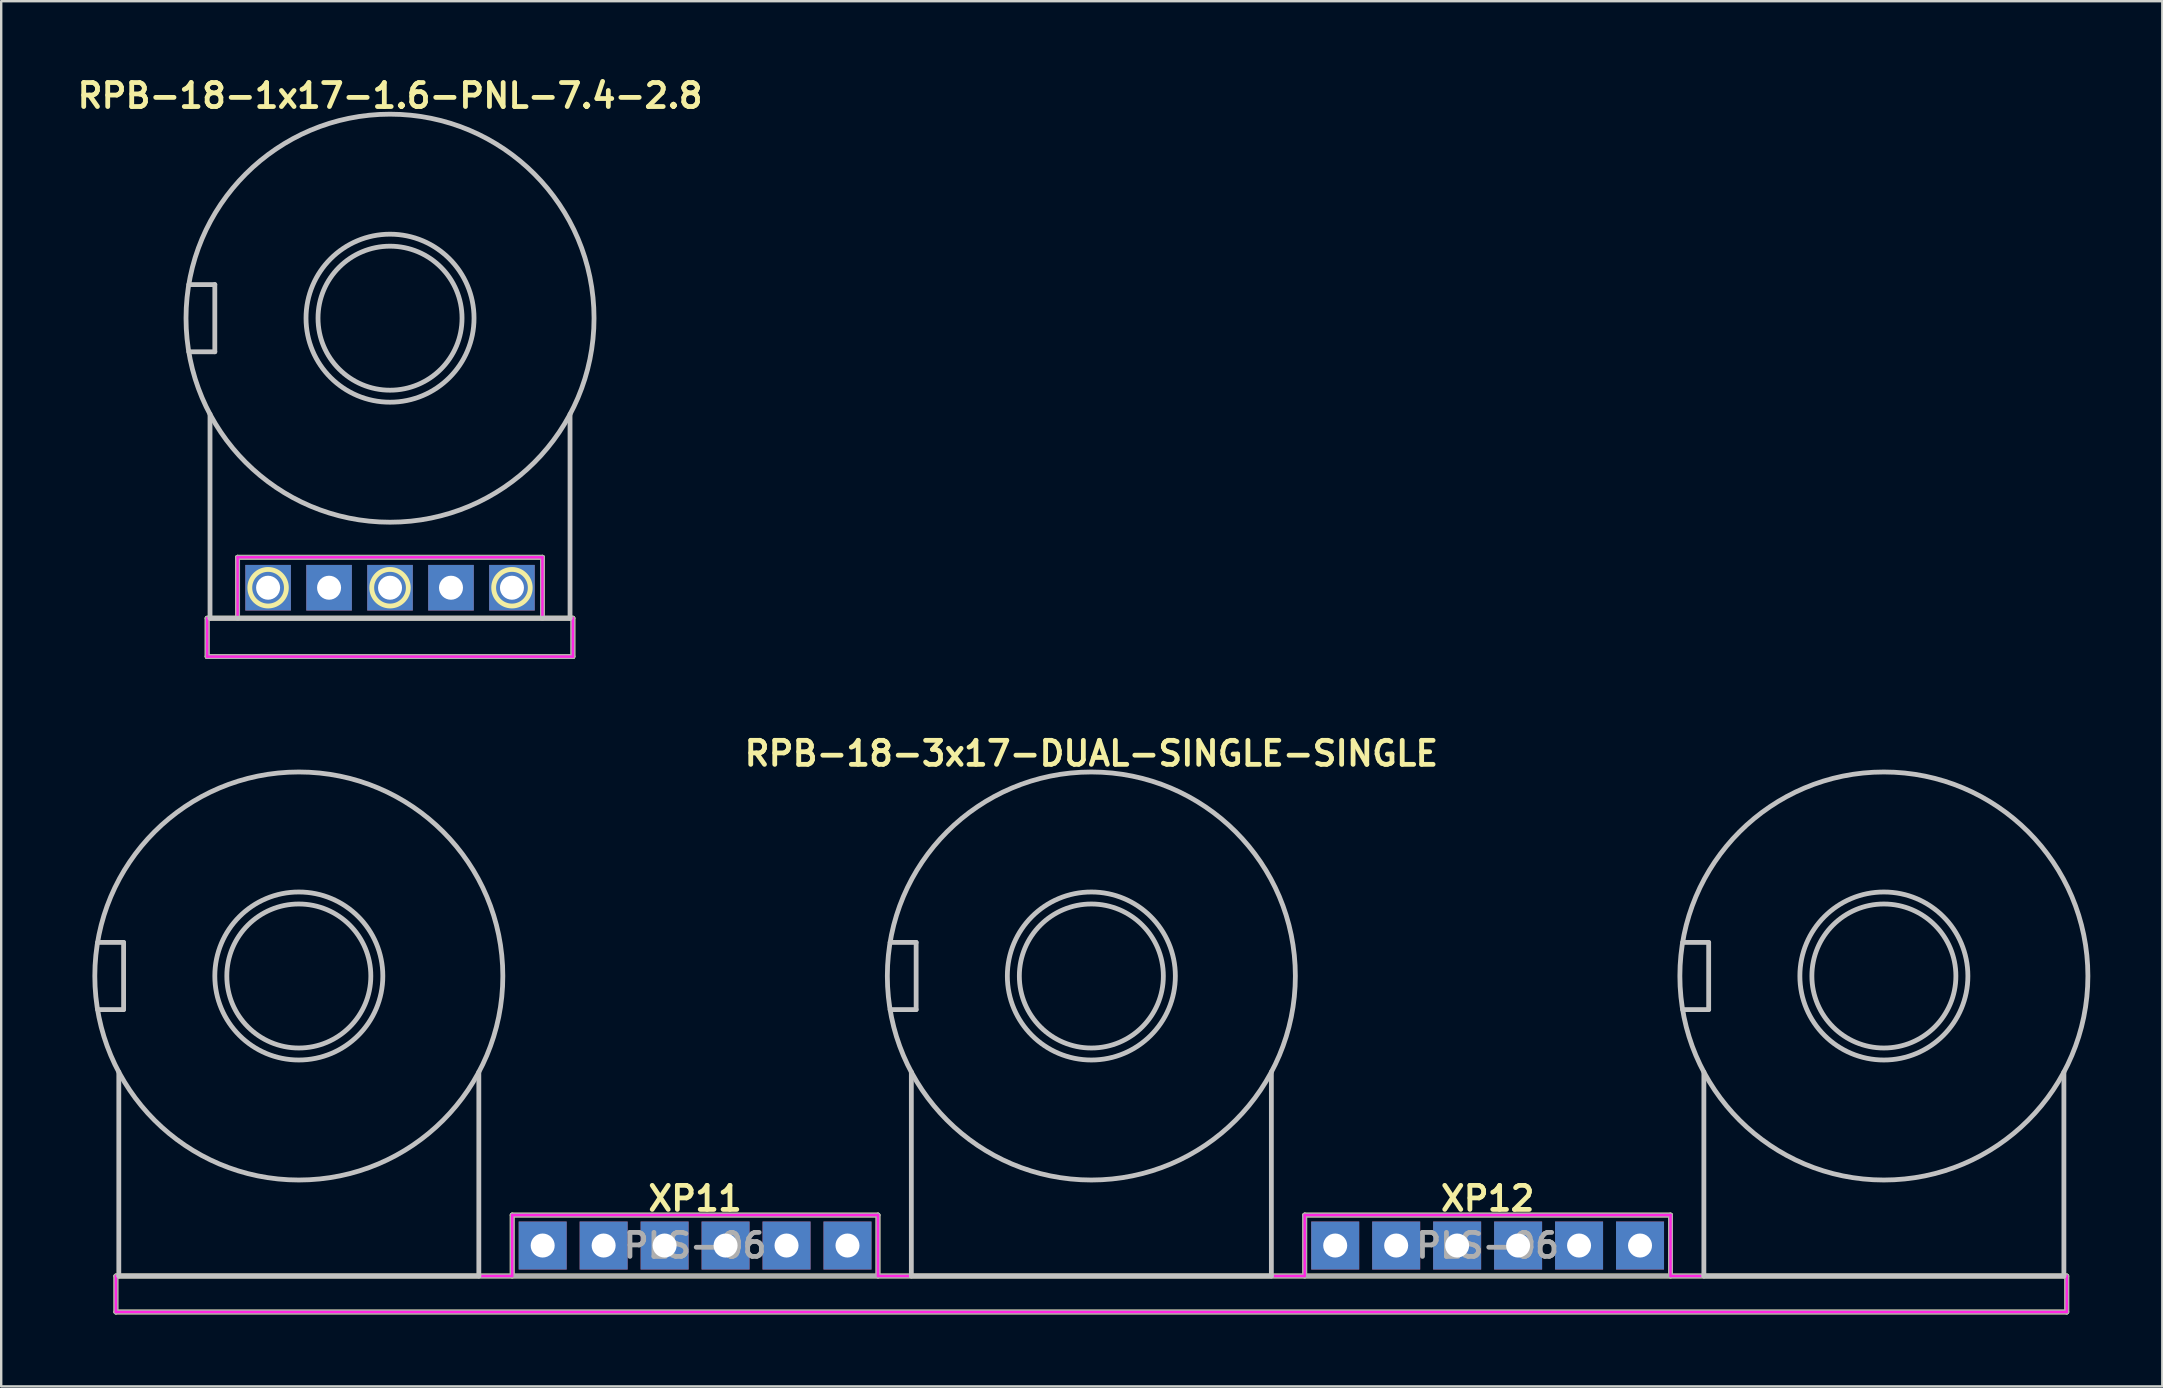
<source format=kicad_pcb>
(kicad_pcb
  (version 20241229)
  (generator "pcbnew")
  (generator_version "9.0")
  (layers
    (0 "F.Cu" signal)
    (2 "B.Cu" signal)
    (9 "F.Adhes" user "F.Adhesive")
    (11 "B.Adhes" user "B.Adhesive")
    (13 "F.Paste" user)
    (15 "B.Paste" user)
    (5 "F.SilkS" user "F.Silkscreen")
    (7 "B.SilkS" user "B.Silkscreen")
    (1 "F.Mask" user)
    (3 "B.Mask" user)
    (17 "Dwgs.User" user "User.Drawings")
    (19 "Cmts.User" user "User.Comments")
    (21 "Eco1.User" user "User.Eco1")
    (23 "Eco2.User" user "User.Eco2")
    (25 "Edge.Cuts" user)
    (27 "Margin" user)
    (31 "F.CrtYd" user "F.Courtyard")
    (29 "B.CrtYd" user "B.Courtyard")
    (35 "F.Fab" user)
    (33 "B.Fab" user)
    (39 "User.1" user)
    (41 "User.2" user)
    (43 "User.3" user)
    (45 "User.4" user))
  (footprint "RPB-18-3x17-DUAL-SINGLE-SINGLE"
    (layer "F.Cu")
    (at 42.42 37.614)
    (property "Reference" "RPB-18-3x17-DUAL-SINGLE-SINGLE" (at 0 -9.271 0) (layer "F.SilkS") (effects (font (size 1 1) (thickness 0.2))))
    (attr through_hole)
    (fp_line (start -40.64 12.5) (end -40.64 14) (stroke (width 0.2) (type solid)) (layer "F.SilkS"))
    (fp_line (start -40.64 12.5) (end 40.64 12.5) (stroke (width 0.2) (type solid)) (layer "F.SilkS"))
    (fp_line (start -40.64 14) (end 40.64 14) (stroke (width 0.2) (type solid)) (layer "F.SilkS"))
    (fp_line (start -24.13 9.96) (end -24.13 12.5) (stroke (width 0.2) (type solid)) (layer "F.SilkS"))
    (fp_line (start -24.13 9.96) (end -8.89 9.96) (stroke (width 0.2) (type solid)) (layer "F.SilkS"))
    (fp_line (start -8.89 9.96) (end -8.89 12.5) (stroke (width 0.2) (type solid)) (layer "F.SilkS"))
    (fp_line (start 8.89 9.96) (end 8.89 12.5) (stroke (width 0.2) (type solid)) (layer "F.SilkS"))
    (fp_line (start 8.89 9.96) (end 24.13 9.96) (stroke (width 0.2) (type solid)) (layer "F.SilkS"))
    (fp_line (start 24.13 9.96) (end 24.13 12.5) (stroke (width 0.2) (type solid)) (layer "F.SilkS"))
    (fp_line (start 40.64 12.5) (end 40.64 14) (stroke (width 0.2) (type solid)) (layer "F.SilkS"))
    (fp_line (start -41.404 -1.4) (end -40.32 -1.4) (stroke (width 0.2) (type solid)) (layer "Dwgs.User"))
    (fp_line (start -41.404 1.4) (end -40.32 1.4) (stroke (width 0.2) (type solid)) (layer "Dwgs.User"))
    (fp_line (start -40.52 4) (end -40.52 12.5) (stroke (width 0.2) (type solid)) (layer "Dwgs.User"))
    (fp_line (start -40.52 12.5) (end -25.52 12.5) (stroke (width 0.2) (type solid)) (layer "Dwgs.User"))
    (fp_line (start -40.32 -1.4) (end -40.32 1.4) (stroke (width 0.2) (type solid)) (layer "Dwgs.User"))
    (fp_line (start -25.52 4) (end -25.52 12.5) (stroke (width 0.2) (type solid)) (layer "Dwgs.User"))
    (fp_line (start -8.384 -1.4) (end -7.3 -1.4) (stroke (width 0.2) (type solid)) (layer "Dwgs.User"))
    (fp_line (start -8.384 1.4) (end -7.3 1.4) (stroke (width 0.2) (type solid)) (layer "Dwgs.User"))
    (fp_line (start -7.5 4) (end -7.5 12.5) (stroke (width 0.2) (type solid)) (layer "Dwgs.User"))
    (fp_line (start -7.5 12.5) (end 7.5 12.5) (stroke (width 0.2) (type solid)) (layer "Dwgs.User"))
    (fp_line (start -7.3 -1.4) (end -7.3 1.4) (stroke (width 0.2) (type solid)) (layer "Dwgs.User"))
    (fp_line (start 7.5 4) (end 7.5 12.5) (stroke (width 0.2) (type solid)) (layer "Dwgs.User"))
    (fp_line (start 24.636 -1.4) (end 25.72 -1.4) (stroke (width 0.2) (type solid)) (layer "Dwgs.User"))
    (fp_line (start 24.636 1.4) (end 25.72 1.4) (stroke (width 0.2) (type solid)) (layer "Dwgs.User"))
    (fp_line (start 25.52 4) (end 25.52 12.5) (stroke (width 0.2) (type solid)) (layer "Dwgs.User"))
    (fp_line (start 25.52 12.5) (end 40.52 12.5) (stroke (width 0.2) (type solid)) (layer "Dwgs.User"))
    (fp_line (start 25.72 -1.4) (end 25.72 1.4) (stroke (width 0.2) (type solid)) (layer "Dwgs.User"))
    (fp_line (start 40.52 4) (end 40.52 12.5) (stroke (width 0.2) (type solid)) (layer "Dwgs.User"))
    (fp_circle (center -33.02 0) (end -30.02 0) (stroke (width 0.2) (type solid)) (fill no) (layer "Dwgs.User"))
    (fp_circle (center -33.02 0) (end -29.52 0) (stroke (width 0.2) (type solid)) (fill no) (layer "Dwgs.User"))
    (fp_circle (center -33.02 0) (end -24.52 0) (stroke (width 0.2) (type solid)) (fill no) (layer "Dwgs.User"))
    (fp_circle (center 0 0) (end 3 0) (stroke (width 0.2) (type solid)) (fill no) (layer "Dwgs.User"))
    (fp_circle (center 0 0) (end 3.5 0) (stroke (width 0.2) (type solid)) (fill no) (layer "Dwgs.User"))
    (fp_circle (center 0 0) (end 8.5 0) (stroke (width 0.2) (type solid)) (fill no) (layer "Dwgs.User"))
    (fp_circle (center 33.02 0) (end 36.02 0) (stroke (width 0.2) (type solid)) (fill no) (layer "Dwgs.User"))
    (fp_circle (center 33.02 0) (end 36.52 0) (stroke (width 0.2) (type solid)) (fill no) (layer "Dwgs.User"))
    (fp_circle (center 33.02 0) (end 41.52 0) (stroke (width 0.2) (type solid)) (fill no) (layer "Dwgs.User"))
    (fp_circle (center -40.92 0) (end -39.62 0) (stroke (width 0.4) (type solid)) (fill no) (layer "Eco1.User"))
    (fp_circle (center -33.02 0) (end -29.32 0) (stroke (width 0.4) (type solid)) (fill no) (layer "Eco1.User"))
    (fp_circle (center -7.9 0) (end -6.6 0) (stroke (width 0.4) (type solid)) (fill no) (layer "Eco1.User"))
    (fp_circle (center 0 0) (end 3.7 0) (stroke (width 0.4) (type solid)) (fill no) (layer "Eco1.User"))
    (fp_circle (center 25.12 0) (end 26.42 0) (stroke (width 0.4) (type solid)) (fill no) (layer "Eco1.User"))
    (fp_circle (center 33.02 0) (end 36.72 0) (stroke (width 0.4) (type solid)) (fill no) (layer "Eco1.User"))
    (fp_line (start -40.64 12.5) (end -40.64 14) (stroke (width 0.1) (type solid)) (layer "F.CrtYd"))
    (fp_line (start -40.64 12.5) (end -24.13 12.5) (stroke (width 0.1) (type solid)) (layer "F.CrtYd"))
    (fp_line (start -40.64 14) (end 40.64 14) (stroke (width 0.1) (type solid)) (layer "F.CrtYd"))
    (fp_line (start -24.13 9.96) (end -24.13 12.5) (stroke (width 0.1) (type solid)) (layer "F.CrtYd"))
    (fp_line (start -24.13 9.96) (end -8.89 9.96) (stroke (width 0.1) (type solid)) (layer "F.CrtYd"))
    (fp_line (start -8.89 9.96) (end -8.89 12.5) (stroke (width 0.1) (type solid)) (layer "F.CrtYd"))
    (fp_line (start -8.89 12.5) (end 8.89 12.5) (stroke (width 0.1) (type solid)) (layer "F.CrtYd"))
    (fp_line (start 8.89 9.96) (end 8.89 12.5) (stroke (width 0.1) (type solid)) (layer "F.CrtYd"))
    (fp_line (start 8.89 9.96) (end 24.13 9.96) (stroke (width 0.1) (type solid)) (layer "F.CrtYd"))
    (fp_line (start 24.13 9.96) (end 24.13 12.5) (stroke (width 0.1) (type solid)) (layer "F.CrtYd"))
    (fp_line (start 24.13 12.5) (end 40.64 12.5) (stroke (width 0.1) (type solid)) (layer "F.CrtYd"))
    (fp_line (start 40.64 12.5) (end 40.64 14) (stroke (width 0.1) (type solid)) (layer "F.CrtYd"))
    (fp_line (start -40.64 12.5) (end -40.64 14) (stroke (width 0.2) (type solid)) (layer "F.Fab"))
    (fp_line (start -40.64 12.5) (end 40.64 12.5) (stroke (width 0.2) (type solid)) (layer "F.Fab"))
    (fp_line (start -40.64 14) (end 40.64 14) (stroke (width 0.2) (type solid)) (layer "F.Fab"))
    (fp_line (start -24.13 9.96) (end -24.13 12.5) (stroke (width 0.2) (type solid)) (layer "F.Fab"))
    (fp_line (start -24.13 9.96) (end -8.89 9.96) (stroke (width 0.2) (type solid)) (layer "F.Fab"))
    (fp_line (start -8.89 9.96) (end -8.89 12.5) (stroke (width 0.2) (type solid)) (layer "F.Fab"))
    (fp_line (start 8.89 9.96) (end 8.89 12.5) (stroke (width 0.2) (type solid)) (layer "F.Fab"))
    (fp_line (start 8.89 9.96) (end 24.13 9.96) (stroke (width 0.2) (type solid)) (layer "F.Fab"))
    (fp_line (start 24.13 9.96) (end 24.13 12.5) (stroke (width 0.2) (type solid)) (layer "F.Fab"))
    (fp_line (start 40.64 12.5) (end 40.64 14) (stroke (width 0.2) (type solid)) (layer "F.Fab"))
    (fp_text user "XP11" (at -16.51 9.271 0) (layer "F.SilkS") (effects (font (size 1 1) (thickness 0.2))))
    (fp_text user "XP12" (at 16.51 9.271 0) (layer "F.SilkS") (effects (font (size 1 1) (thickness 0.2))))
    (fp_text user "PLS-06" (at 16.51 11.23 0) (layer "F.Fab") (effects (font (size 1 1) (thickness 0.2))))
    (fp_text user "PLS-06" (at -16.51 11.23 0) (layer "F.Fab") (effects (font (size 1 1) (thickness 0.2))))
    (pad "11" thru_hole rect (at -12.7 11.23) (size 2 2) (drill 1) (layers "B.Cu" "B.Mask"))
    (pad "12" thru_hole rect (at -17.78 11.23) (size 2 2) (drill 1) (layers "B.Cu" "B.Mask"))
    (pad "13" thru_hole rect (at -22.86 11.23) (size 2 2) (drill 1) (layers "B.Cu" "B.Mask"))
    (pad "14" thru_hole rect (at -10.16 11.23) (size 2 2) (drill 1) (layers "B.Cu" "B.Mask"))
    (pad "15" thru_hole rect (at -15.24 11.23) (size 2 2) (drill 1) (layers "B.Cu" "B.Mask"))
    (pad "16" thru_hole rect (at -20.32 11.23) (size 2 2) (drill 1) (layers "B.Cu" "B.Mask"))
    (pad "21" thru_hole rect (at 15.24 11.23) (size 2 2) (drill 1) (layers "B.Cu" "B.Mask"))
    (pad "22" thru_hole rect (at 12.7 11.23) (size 2 2) (drill 1) (layers "B.Cu" "B.Mask"))
    (pad "23" thru_hole rect (at 10.16 11.23) (size 2 2) (drill 1) (layers "B.Cu" "B.Mask"))
    (pad "31" thru_hole rect (at 22.86 11.23) (size 2 2) (drill 1) (layers "B.Cu" "B.Mask"))
    (pad "32" thru_hole rect (at 20.32 11.23) (size 2 2) (drill 1) (layers "B.Cu" "B.Mask"))
    (pad "33" thru_hole rect (at 17.78 11.23) (size 2 2) (drill 1) (layers "B.Cu" "B.Mask")))
  (footprint "RPB-18-1x17-1.6-PNL-7.4-2.8"
    (layer "F.Cu")
    (at 13.2 10.207)
    (property "Reference" "RPB-18-1x17-1.6-PNL-7.4-2.8" (at 0 -9.271 0) (layer "F.SilkS") (effects (font (size 1 1) (thickness 0.2))))
    (attr through_hole)
    (fp_line (start -7.62 12.5) (end -7.62 14.1) (stroke (width 0.2) (type solid)) (layer "F.SilkS"))
    (fp_line (start -7.62 12.5) (end 7.62 12.5) (stroke (width 0.2) (type solid)) (layer "F.SilkS"))
    (fp_line (start -7.62 14.1) (end 7.62 14.1) (stroke (width 0.2) (type solid)) (layer "F.SilkS"))
    (fp_line (start -6.35 9.96) (end -6.35 12.5) (stroke (width 0.2) (type solid)) (layer "F.SilkS"))
    (fp_line (start -6.35 9.96) (end 6.35 9.96) (stroke (width 0.2) (type solid)) (layer "F.SilkS"))
    (fp_line (start 6.35 9.96) (end 6.35 12.5) (stroke (width 0.2) (type solid)) (layer "F.SilkS"))
    (fp_line (start 7.62 12.5) (end 7.62 14.1) (stroke (width 0.2) (type solid)) (layer "F.SilkS"))
    (fp_circle (center -5.08 11.23) (end -4.318 11.23) (stroke (width 0.2) (type solid)) (fill no) (layer "F.SilkS"))
    (fp_circle (center 0 11.23) (end 0.762 11.23) (stroke (width 0.2) (type solid)) (fill no) (layer "F.SilkS"))
    (fp_circle (center 5.08 11.23) (end 5.842 11.23) (stroke (width 0.2) (type solid)) (fill no) (layer "F.SilkS"))
    (fp_line (start -8.384 -1.4) (end -7.3 -1.4) (stroke (width 0.2) (type solid)) (layer "Dwgs.User"))
    (fp_line (start -8.384 1.4) (end -7.3 1.4) (stroke (width 0.2) (type solid)) (layer "Dwgs.User"))
    (fp_line (start -7.5 4) (end -7.5 12.5) (stroke (width 0.2) (type solid)) (layer "Dwgs.User"))
    (fp_line (start -7.5 12.5) (end 7.5 12.5) (stroke (width 0.2) (type solid)) (layer "Dwgs.User"))
    (fp_line (start -7.3 -1.4) (end -7.3 1.4) (stroke (width 0.2) (type solid)) (layer "Dwgs.User"))
    (fp_line (start 7.5 4) (end 7.5 12.5) (stroke (width 0.2) (type solid)) (layer "Dwgs.User"))
    (fp_circle (center 0 0) (end 3 0) (stroke (width 0.2) (type solid)) (fill no) (layer "Dwgs.User"))
    (fp_circle (center 0 0) (end 3.5 0) (stroke (width 0.2) (type solid)) (fill no) (layer "Dwgs.User"))
    (fp_circle (center 0 0) (end 8.5 0) (stroke (width 0.2) (type solid)) (fill no) (layer "Dwgs.User"))
    (fp_circle (center -7.9 0) (end -6.5 0) (stroke (width 0.4) (type solid)) (fill no) (layer "Eco1.User"))
    (fp_circle (center 0 0) (end 3.7 0) (stroke (width 0.4) (type solid)) (fill no) (layer "Eco1.User"))
    (fp_line (start -7.62 12.5) (end -7.62 14.1) (stroke (width 0.1) (type solid)) (layer "F.CrtYd"))
    (fp_line (start -7.62 12.5) (end -6.35 12.5) (stroke (width 0.1) (type solid)) (layer "F.CrtYd"))
    (fp_line (start -7.62 14.1) (end 7.62 14.1) (stroke (width 0.1) (type solid)) (layer "F.CrtYd"))
    (fp_line (start -6.35 9.96) (end -6.35 12.5) (stroke (width 0.1) (type solid)) (layer "F.CrtYd"))
    (fp_line (start -6.35 9.96) (end 6.35 9.96) (stroke (width 0.1) (type solid)) (layer "F.CrtYd"))
    (fp_line (start 6.35 9.96) (end 6.35 12.5) (stroke (width 0.1) (type solid)) (layer "F.CrtYd"))
    (fp_line (start 6.35 12.5) (end 7.62 12.5) (stroke (width 0.1) (type solid)) (layer "F.CrtYd"))
    (fp_line (start 7.62 12.5) (end 7.62 14.1) (stroke (width 0.1) (type solid)) (layer "F.CrtYd"))
    (fp_line (start -7.62 12.5) (end -7.62 14.1) (stroke (width 0.2) (type solid)) (layer "F.Fab"))
    (fp_line (start -7.62 12.5) (end 7.62 12.5) (stroke (width 0.2) (type solid)) (layer "F.Fab"))
    (fp_line (start -7.62 14.1) (end 7.62 14.1) (stroke (width 0.2) (type solid)) (layer "F.Fab"))
    (fp_line (start -6.35 9.96) (end -6.35 12.5) (stroke (width 0.2) (type solid)) (layer "F.Fab"))
    (fp_line (start -6.35 9.96) (end 6.35 9.96) (stroke (width 0.2) (type solid)) (layer "F.Fab"))
    (fp_line (start 6.35 9.96) (end 6.35 12.5) (stroke (width 0.2) (type solid)) (layer "F.Fab"))
    (fp_line (start 7.62 12.5) (end 7.62 14.1) (stroke (width 0.2) (type solid)) (layer "F.Fab"))
    (pad "1" thru_hole rect (at -5.08 11.23) (size 1.9 1.9) (drill 1) (layers "B.Cu" "B.Mask"))
    (pad "2" thru_hole rect (at 0 11.23) (size 1.9 1.9) (drill 1) (layers "B.Cu" "B.Mask"))
    (pad "3" thru_hole rect (at 5.08 11.23) (size 1.9 1.9) (drill 1) (layers "B.Cu" "B.Mask"))
    (pad "NC1" thru_hole rect (at -2.54 11.23) (size 1.9 1.9) (drill 1) (layers "B.Cu" "B.Mask"))
    (pad "NC2" thru_hole rect (at 2.54 11.23) (size 1.9 1.9) (drill 1) (layers "B.Cu" "B.Mask")))
  (gr_rect
    (start -3 -3)
    (end 87.04 54.714)
    (stroke (width 0.1) (type default))
    (fill no)
    (layer "Edge.Cuts")))
</source>
